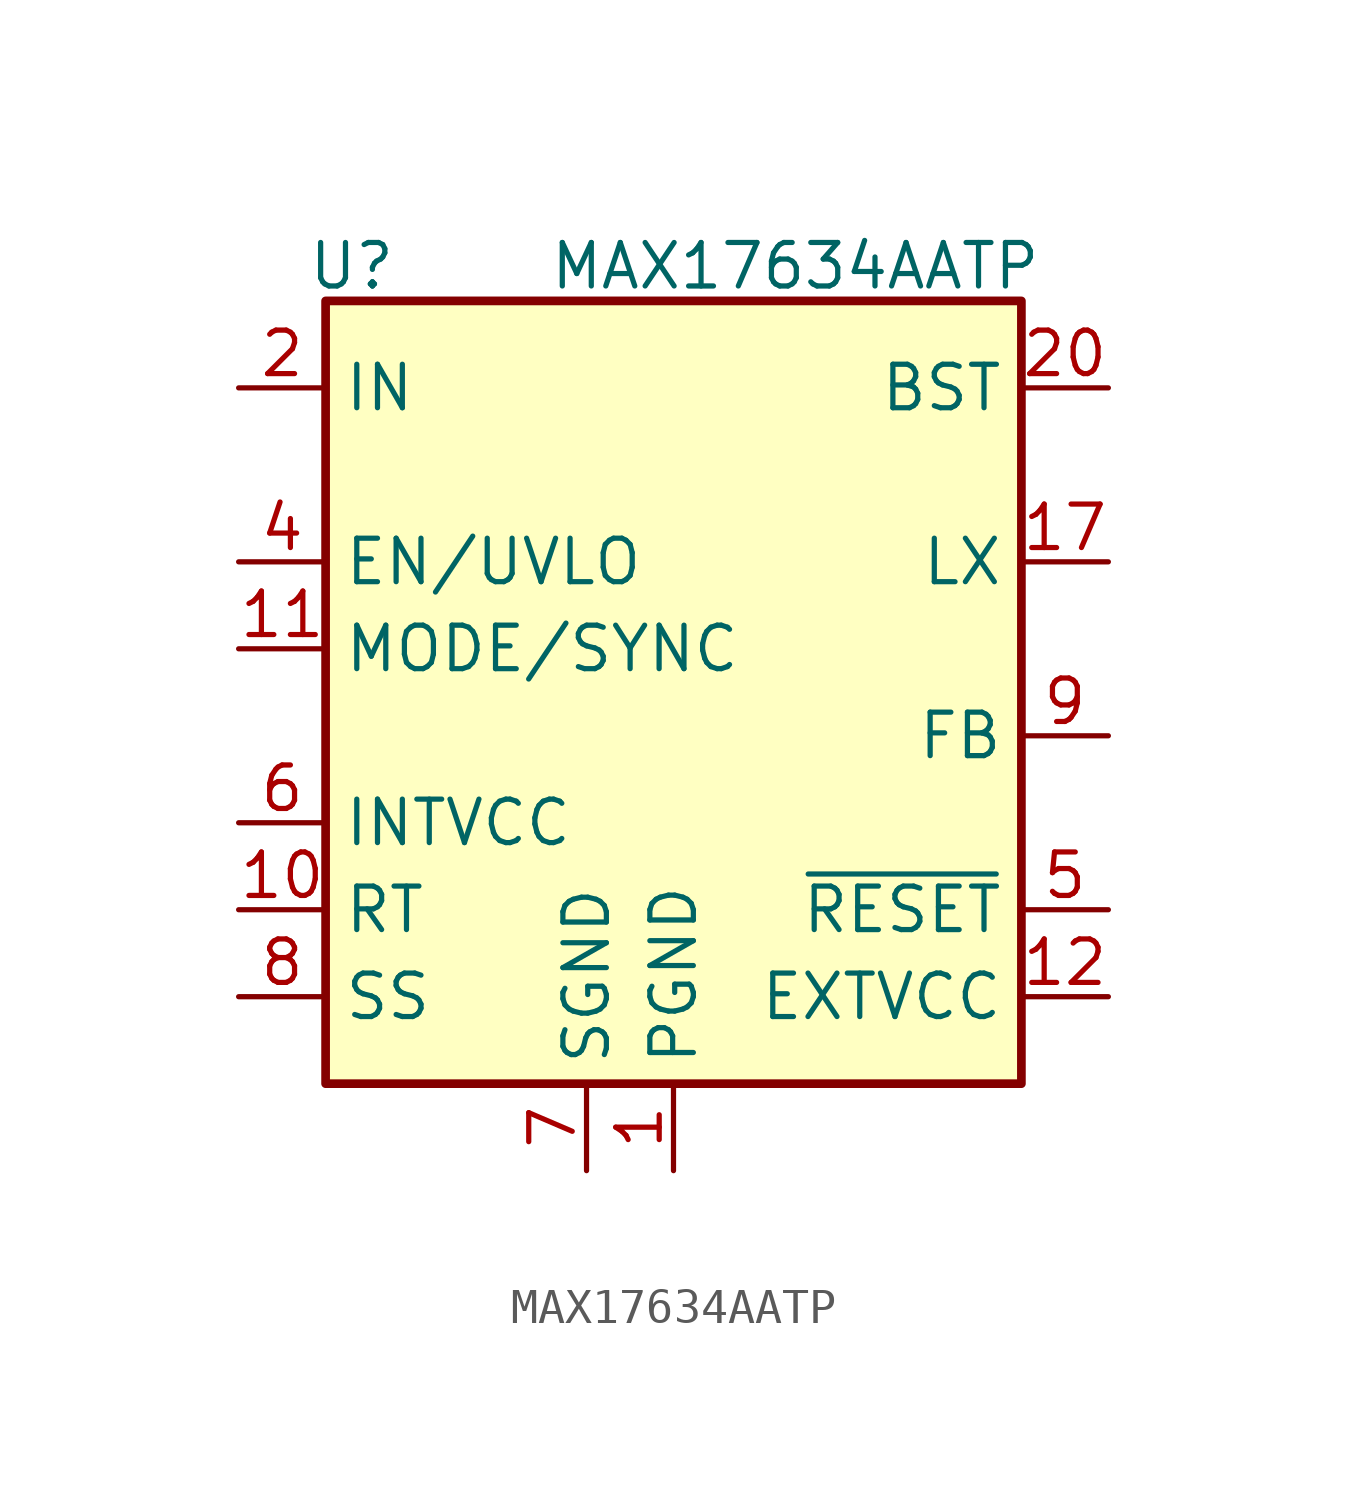
<source format=kicad_sym>
(kicad_symbol_lib
  (version 20241209)
  (generator "kicad_symbol_editor")
  (generator_version "9.0")
  (symbol "MAX17634AATP"
    (property "Reference" "U"
      (at -9.398 13.716 0)
      (effects (font (size 1.27 1.27))))
    (property "Value" "MAX17634AATP"
      (at 3.556 13.716 0)
      (effects (font (size 1.27 1.27))))
    (symbol "MAX17634AATP_1_1"
      (rectangle (start -10.16 12.7) (end 10.16 -10.16) (stroke (width 0.254) (type solid)) (fill (type background)))
      (pin passive line (at -12.7 10.16 0) (length 2.54) (hide yes) (name "IN" (effects (font (size 1.27 1.27)))) (number "14" (effects (font (size 1.27 1.27)))))
      (pin power_in line (at -12.7 10.16 0) (length 2.54) (name "IN" (effects (font (size 1.27 1.27)))) (number "2" (effects (font (size 1.27 1.27)))))
      (pin passive line (at -12.7 10.16 0) (length 2.54) (hide yes) (name "IN" (effects (font (size 1.27 1.27)))) (number "3" (effects (font (size 1.27 1.27)))))
      (pin input line (at -12.7 5.08 0) (length 2.54) (name "EN/UVLO" (effects (font (size 1.27 1.27)))) (number "4" (effects (font (size 1.27 1.27)))))
      (pin passive line (at -12.7 2.54 0) (length 2.54) (name "MODE/SYNC" (effects (font (size 1.27 1.27)))) (number "11" (effects (font (size 1.27 1.27)))))
      (pin passive line (at -12.7 -2.54 0) (length 2.54) (name "INTVCC" (effects (font (size 1.27 1.27)))) (number "6" (effects (font (size 1.27 1.27)))))
      (pin passive line (at -12.7 -5.08 0) (length 2.54) (name "RT" (effects (font (size 1.27 1.27)))) (number "10" (effects (font (size 1.27 1.27)))))
      (pin passive line (at -12.7 -7.62 0) (length 2.54) (name "SS" (effects (font (size 1.27 1.27)))) (number "8" (effects (font (size 1.27 1.27)))))
      (pin no_connect line (at -10.16 7.62 0) (length 2.54) (hide yes) (name "NC" (effects (font (size 1.27 1.27)))) (number "13" (effects (font (size 1.27 1.27)))))
      (pin passive line (at -2.54 -12.7 90) (length 2.54) (hide yes) (name "SGND" (effects (font (size 1.27 1.27)))) (number "21" (effects (font (size 1.27 1.27)))))
      (pin power_in line (at -2.54 -12.7 90) (length 2.54) (name "SGND" (effects (font (size 1.27 1.27)))) (number "7" (effects (font (size 1.27 1.27)))))
      (pin power_in line (at 0 -12.7 90) (length 2.54) (name "PGND" (effects (font (size 1.27 1.27)))) (number "1" (effects (font (size 1.27 1.27)))))
      (pin passive line (at 0 -12.7 90) (length 2.54) (hide yes) (name "PGND" (effects (font (size 1.27 1.27)))) (number "15" (effects (font (size 1.27 1.27)))))
      (pin no_connect line (at 10.16 7.62 180) (length 2.54) (hide yes) (name "NC" (effects (font (size 1.27 1.27)))) (number "16" (effects (font (size 1.27 1.27)))))
      (pin passive line (at 12.7 10.16 180) (length 2.54) (name "BST" (effects (font (size 1.27 1.27)))) (number "20" (effects (font (size 1.27 1.27)))))
      (pin power_out line (at 12.7 5.08 180) (length 2.54) (name "LX" (effects (font (size 1.27 1.27)))) (number "17" (effects (font (size 1.27 1.27)))))
      (pin passive line (at 12.7 5.08 180) (length 2.54) (hide yes) (name "LX" (effects (font (size 1.27 1.27)))) (number "18" (effects (font (size 1.27 1.27)))))
      (pin passive line (at 12.7 5.08 180) (length 2.54) (hide yes) (name "LX" (effects (font (size 1.27 1.27)))) (number "19" (effects (font (size 1.27 1.27)))))
      (pin input line (at 12.7 0 180) (length 2.54) (name "FB" (effects (font (size 1.27 1.27)))) (number "9" (effects (font (size 1.27 1.27)))))
      (pin open_collector line (at 12.7 -5.08 180) (length 2.54) (name "~{RESET}" (effects (font (size 1.27 1.27)))) (number "5" (effects (font (size 1.27 1.27)))))
      (pin power_in line (at 12.7 -7.62 180) (length 2.54) (name "EXTVCC" (effects (font (size 1.27 1.27)))) (number "12" (effects (font (size 1.27 1.27))))))))
</source>
